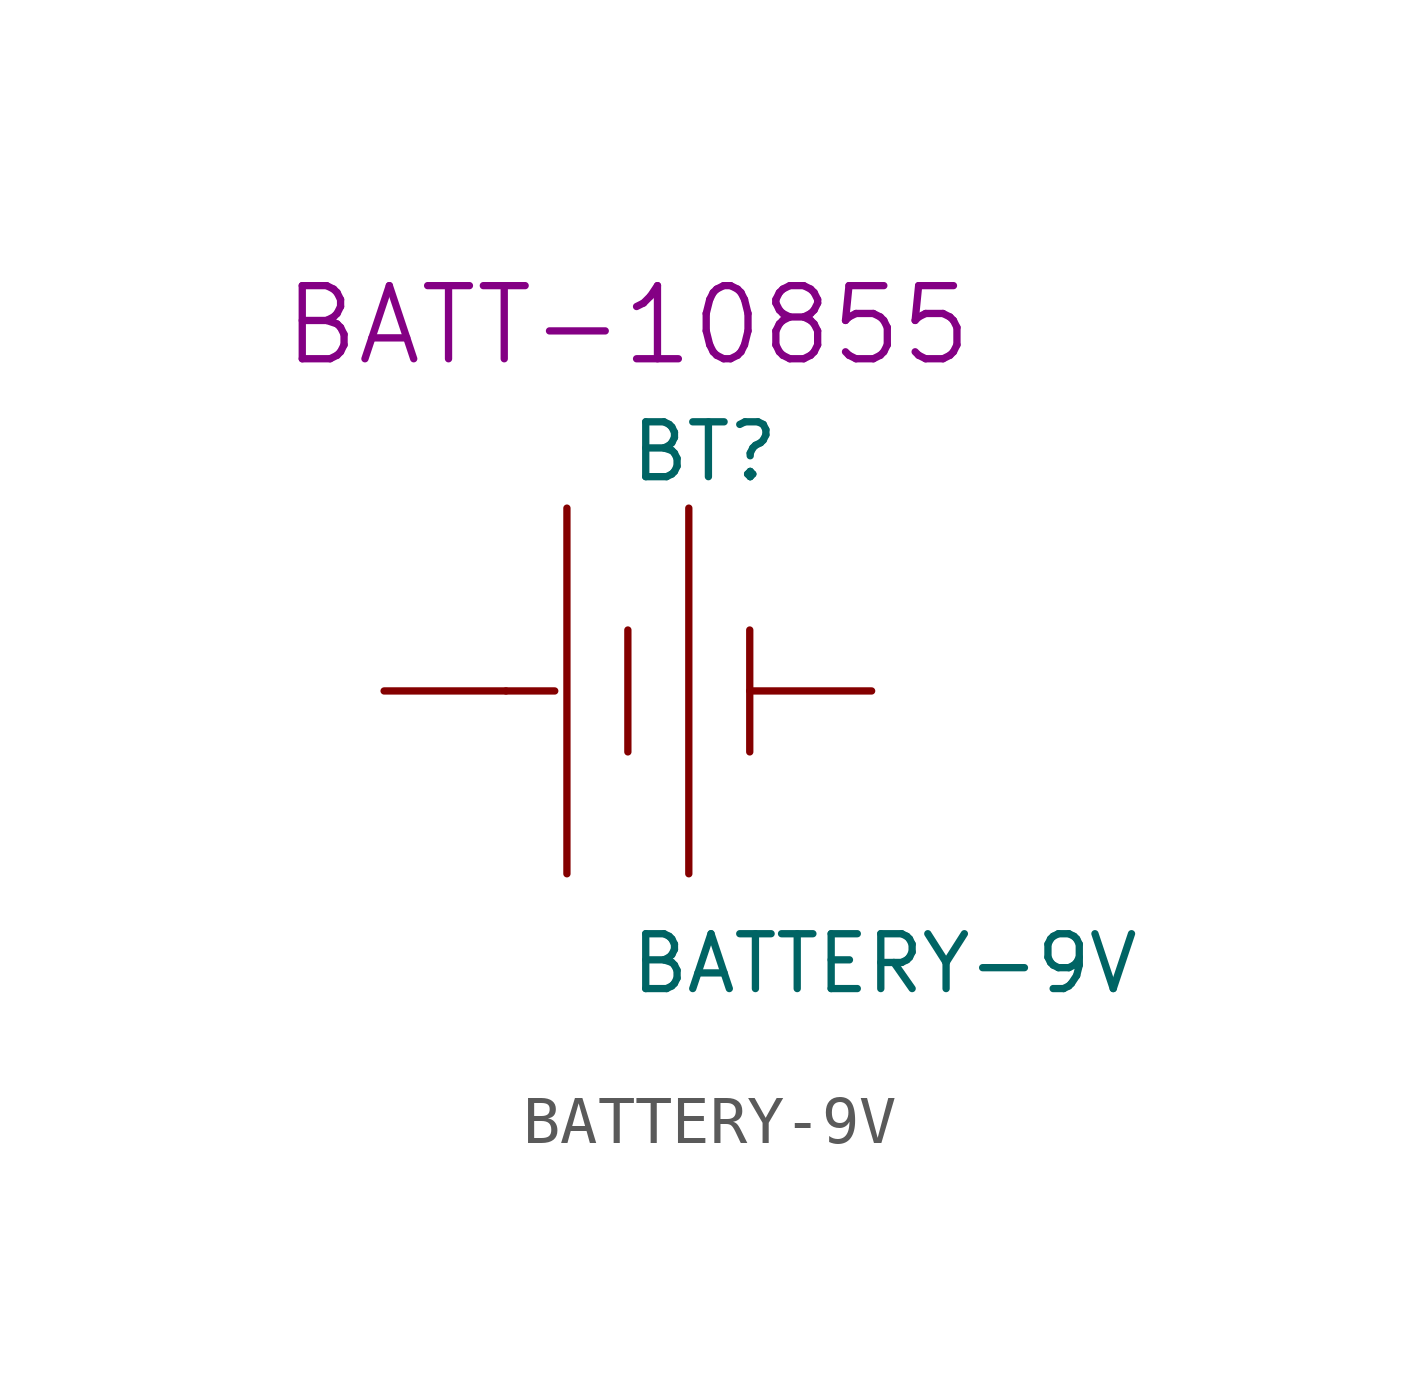
<source format=kicad_sym>
(kicad_symbol_lib
  (version 20211014)
  (generator kicad_symbol_editor)
  (symbol "BATTERY-9V"
    (pin_numbers hide)
    (pin_names
      (offset 1.016) hide)
    (property "Reference" "BT"
      (at 0 4.318 0)
      (effects (font (size 1.143 1.143)) (justify left bottom)))
    (property "Value" "BATTERY-9V"
      (at 0 -6.35 0)
      (effects (font (size 1.143 1.143)) (justify left bottom)))
    (property "Field4" "BATT-10855"
      (at 0 7.62 0)
      (effects (font (size 1.524 1.524))))
    (property "ki_locked" ""
      (at 0 0 0)
      (effects (font (size 1.27 1.27))))
    (symbol "BATTERY-9V_1_0"
      (polyline (pts (xy -2.54 0) (xy -1.524 0)) (stroke (width 0) (type default) (color 0 0 0 0)) (fill (type none)))
      (polyline (pts (xy -1.27 3.81) (xy -1.27 -3.81)) (stroke (width 0) (type default) (color 0 0 0 0)) (fill (type none)))
      (polyline (pts (xy 0 1.27) (xy 0 -1.27)) (stroke (width 0) (type default) (color 0 0 0 0)) (fill (type none)))
      (polyline (pts (xy 1.27 3.81) (xy 1.27 -3.81)) (stroke (width 0) (type default) (color 0 0 0 0)) (fill (type none)))
      (polyline (pts (xy 2.54 1.27) (xy 2.54 -1.27)) (stroke (width 0) (type default) (color 0 0 0 0)) (fill (type none))))
    (symbol "BATTERY-9V_1_1"
      (pin power_in line (at -5.08 0 0) (length 2.54) (name "+" (effects (font (size 1.016 1.016)))) (number "+" (effects (font (size 1.016 1.016)))))
      (pin power_in line (at 5.08 0 180) (length 2.54) (name "-" (effects (font (size 1.016 1.016)))) (number "-" (effects (font (size 1.016 1.016))))))))
</source>
